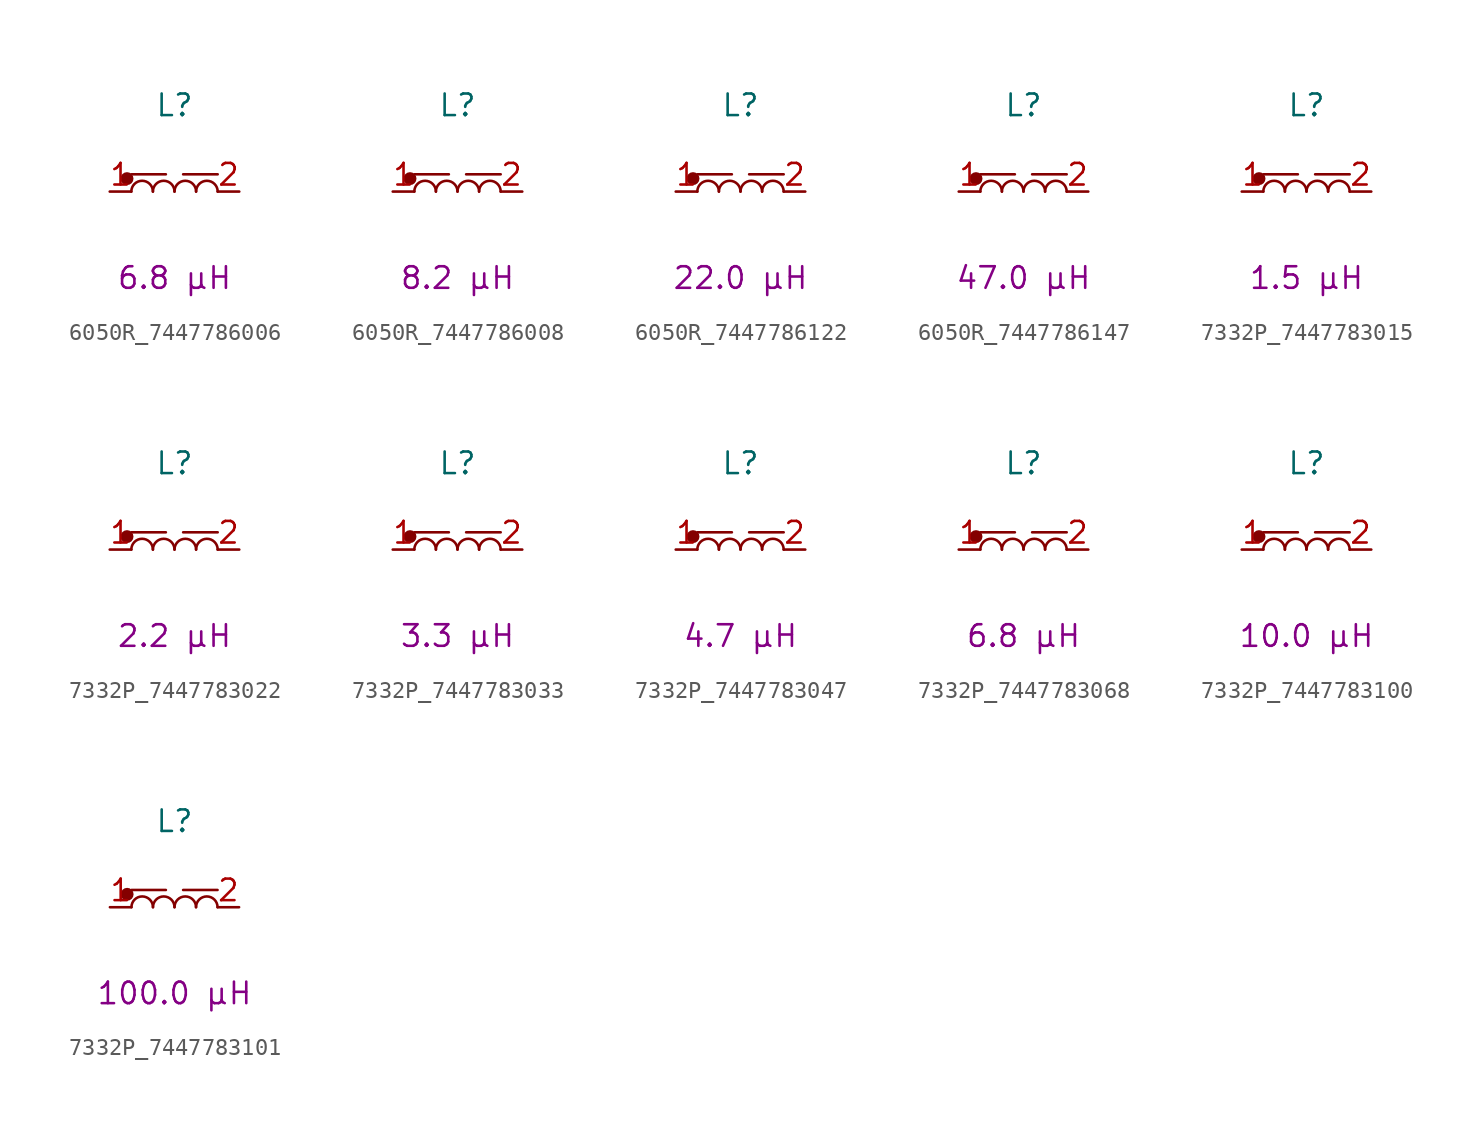
<source format=kicad_sym>
(kicad_symbol_lib
  (version 20220914)
  (generator kicad_symbol_editor)
  (symbol "6050R_7447786006"
    (pin_names hide)
    (property "Reference" "L"
      (at 0 5.08 0)
      (effects (font (size 1.27 1.27))))
    (property "Critical Parameter" "6.8 µH"
      (at 0 -5.08 0)
      (effects (font (size 1.27 1.27))))
    (symbol "6050R_7447786006_0_1"
      (arc (start -1.27 0) (mid -1.905 0.6323) (end -2.54 0) (stroke (width 0) (type default)) (fill (type none)))
      (arc (start 0 0) (mid -0.635 0.6323) (end -1.27 0) (stroke (width 0) (type default)) (fill (type none)))
      (polyline (pts (xy -2.54 1.016) (xy -0.508 1.016)) (stroke (width 0) (type default)) (fill (type none)))
      (arc (start 1.27 0) (mid 0.635 0.6323) (end 0 0) (stroke (width 0) (type default)) (fill (type none)))
      (arc (start 2.54 0) (mid 1.905 0.6323) (end 1.27 0) (stroke (width 0) (type default)) (fill (type none))))
    (symbol "6050R_7447786006_1_1"
      (circle (center -2.794 0.762) (radius 0.0001) (stroke (width 0.381) (type default)) (fill (type none)))
      (polyline (pts (xy 2.54 1.016) (xy 0.508 1.016)) (stroke (width 0) (type default)) (fill (type none)))
      (pin passive line (at -3.81 0 0) (length 1.27) (name "1" (effects (font (size 1.27 1.27)))) (number "1" (effects (font (size 1.27 1.27)))))
      (pin passive line (at 3.81 0 180) (length 1.27) (name "2" (effects (font (size 1.27 1.27)))) (number "2" (effects (font (size 1.27 1.27)))))))
  (symbol "6050R_7447786008"
    (pin_names hide)
    (property "Reference" "L"
      (at 0 5.08 0)
      (effects (font (size 1.27 1.27))))
    (property "Critical Parameter" "8.2 µH"
      (at 0 -5.08 0)
      (effects (font (size 1.27 1.27))))
    (symbol "6050R_7447786008_0_1"
      (arc (start -1.27 0) (mid -1.905 0.6323) (end -2.54 0) (stroke (width 0) (type default)) (fill (type none)))
      (arc (start 0 0) (mid -0.635 0.6323) (end -1.27 0) (stroke (width 0) (type default)) (fill (type none)))
      (polyline (pts (xy -2.54 1.016) (xy -0.508 1.016)) (stroke (width 0) (type default)) (fill (type none)))
      (arc (start 1.27 0) (mid 0.635 0.6323) (end 0 0) (stroke (width 0) (type default)) (fill (type none)))
      (arc (start 2.54 0) (mid 1.905 0.6323) (end 1.27 0) (stroke (width 0) (type default)) (fill (type none))))
    (symbol "6050R_7447786008_1_1"
      (circle (center -2.794 0.762) (radius 0.0001) (stroke (width 0.381) (type default)) (fill (type none)))
      (polyline (pts (xy 2.54 1.016) (xy 0.508 1.016)) (stroke (width 0) (type default)) (fill (type none)))
      (pin passive line (at -3.81 0 0) (length 1.27) (name "1" (effects (font (size 1.27 1.27)))) (number "1" (effects (font (size 1.27 1.27)))))
      (pin passive line (at 3.81 0 180) (length 1.27) (name "2" (effects (font (size 1.27 1.27)))) (number "2" (effects (font (size 1.27 1.27)))))))
  (symbol "6050R_7447786122"
    (pin_names hide)
    (property "Reference" "L"
      (at 0 5.08 0)
      (effects (font (size 1.27 1.27))))
    (property "Critical Parameter" "22.0 µH"
      (at 0 -5.08 0)
      (effects (font (size 1.27 1.27))))
    (symbol "6050R_7447786122_0_1"
      (arc (start -1.27 0) (mid -1.905 0.6323) (end -2.54 0) (stroke (width 0) (type default)) (fill (type none)))
      (arc (start 0 0) (mid -0.635 0.6323) (end -1.27 0) (stroke (width 0) (type default)) (fill (type none)))
      (polyline (pts (xy -2.54 1.016) (xy -0.508 1.016)) (stroke (width 0) (type default)) (fill (type none)))
      (arc (start 1.27 0) (mid 0.635 0.6323) (end 0 0) (stroke (width 0) (type default)) (fill (type none)))
      (arc (start 2.54 0) (mid 1.905 0.6323) (end 1.27 0) (stroke (width 0) (type default)) (fill (type none))))
    (symbol "6050R_7447786122_1_1"
      (circle (center -2.794 0.762) (radius 0.0001) (stroke (width 0.381) (type default)) (fill (type none)))
      (polyline (pts (xy 2.54 1.016) (xy 0.508 1.016)) (stroke (width 0) (type default)) (fill (type none)))
      (pin passive line (at -3.81 0 0) (length 1.27) (name "1" (effects (font (size 1.27 1.27)))) (number "1" (effects (font (size 1.27 1.27)))))
      (pin passive line (at 3.81 0 180) (length 1.27) (name "2" (effects (font (size 1.27 1.27)))) (number "2" (effects (font (size 1.27 1.27)))))))
  (symbol "6050R_7447786147"
    (pin_names hide)
    (property "Reference" "L"
      (at 0 5.08 0)
      (effects (font (size 1.27 1.27))))
    (property "Critical Parameter" "47.0 µH"
      (at 0 -5.08 0)
      (effects (font (size 1.27 1.27))))
    (symbol "6050R_7447786147_0_1"
      (arc (start -1.27 0) (mid -1.905 0.6323) (end -2.54 0) (stroke (width 0) (type default)) (fill (type none)))
      (arc (start 0 0) (mid -0.635 0.6323) (end -1.27 0) (stroke (width 0) (type default)) (fill (type none)))
      (polyline (pts (xy -2.54 1.016) (xy -0.508 1.016)) (stroke (width 0) (type default)) (fill (type none)))
      (arc (start 1.27 0) (mid 0.635 0.6323) (end 0 0) (stroke (width 0) (type default)) (fill (type none)))
      (arc (start 2.54 0) (mid 1.905 0.6323) (end 1.27 0) (stroke (width 0) (type default)) (fill (type none))))
    (symbol "6050R_7447786147_1_1"
      (circle (center -2.794 0.762) (radius 0.0001) (stroke (width 0.381) (type default)) (fill (type none)))
      (polyline (pts (xy 2.54 1.016) (xy 0.508 1.016)) (stroke (width 0) (type default)) (fill (type none)))
      (pin passive line (at -3.81 0 0) (length 1.27) (name "1" (effects (font (size 1.27 1.27)))) (number "1" (effects (font (size 1.27 1.27)))))
      (pin passive line (at 3.81 0 180) (length 1.27) (name "2" (effects (font (size 1.27 1.27)))) (number "2" (effects (font (size 1.27 1.27)))))))
  (symbol "7332P_7447783015"
    (pin_names hide)
    (property "Reference" "L"
      (at 0 5.08 0)
      (effects (font (size 1.27 1.27))))
    (property "Critical Parameter" "1.5 µH"
      (at 0 -5.08 0)
      (effects (font (size 1.27 1.27))))
    (symbol "7332P_7447783015_0_1"
      (arc (start -1.27 0) (mid -1.905 0.6323) (end -2.54 0) (stroke (width 0) (type default)) (fill (type none)))
      (arc (start 0 0) (mid -0.635 0.6323) (end -1.27 0) (stroke (width 0) (type default)) (fill (type none)))
      (polyline (pts (xy -2.54 1.016) (xy -0.508 1.016)) (stroke (width 0) (type default)) (fill (type none)))
      (arc (start 1.27 0) (mid 0.635 0.6323) (end 0 0) (stroke (width 0) (type default)) (fill (type none)))
      (arc (start 2.54 0) (mid 1.905 0.6323) (end 1.27 0) (stroke (width 0) (type default)) (fill (type none))))
    (symbol "7332P_7447783015_1_1"
      (circle (center -2.794 0.762) (radius 0.0001) (stroke (width 0.381) (type default)) (fill (type none)))
      (polyline (pts (xy 2.54 1.016) (xy 0.508 1.016)) (stroke (width 0) (type default)) (fill (type none)))
      (pin passive line (at -3.81 0 0) (length 1.27) (name "1" (effects (font (size 1.27 1.27)))) (number "1" (effects (font (size 1.27 1.27)))))
      (pin passive line (at 3.81 0 180) (length 1.27) (name "2" (effects (font (size 1.27 1.27)))) (number "2" (effects (font (size 1.27 1.27)))))))
  (symbol "7332P_7447783022"
    (pin_names hide)
    (property "Reference" "L"
      (at 0 5.08 0)
      (effects (font (size 1.27 1.27))))
    (property "Critical Parameter" "2.2 µH"
      (at 0 -5.08 0)
      (effects (font (size 1.27 1.27))))
    (symbol "7332P_7447783022_0_1"
      (arc (start -1.27 0) (mid -1.905 0.6323) (end -2.54 0) (stroke (width 0) (type default)) (fill (type none)))
      (arc (start 0 0) (mid -0.635 0.6323) (end -1.27 0) (stroke (width 0) (type default)) (fill (type none)))
      (polyline (pts (xy -2.54 1.016) (xy -0.508 1.016)) (stroke (width 0) (type default)) (fill (type none)))
      (arc (start 1.27 0) (mid 0.635 0.6323) (end 0 0) (stroke (width 0) (type default)) (fill (type none)))
      (arc (start 2.54 0) (mid 1.905 0.6323) (end 1.27 0) (stroke (width 0) (type default)) (fill (type none))))
    (symbol "7332P_7447783022_1_1"
      (circle (center -2.794 0.762) (radius 0.0001) (stroke (width 0.381) (type default)) (fill (type none)))
      (polyline (pts (xy 2.54 1.016) (xy 0.508 1.016)) (stroke (width 0) (type default)) (fill (type none)))
      (pin passive line (at -3.81 0 0) (length 1.27) (name "1" (effects (font (size 1.27 1.27)))) (number "1" (effects (font (size 1.27 1.27)))))
      (pin passive line (at 3.81 0 180) (length 1.27) (name "2" (effects (font (size 1.27 1.27)))) (number "2" (effects (font (size 1.27 1.27)))))))
  (symbol "7332P_7447783033"
    (pin_names hide)
    (property "Reference" "L"
      (at 0 5.08 0)
      (effects (font (size 1.27 1.27))))
    (property "Critical Parameter" "3.3 µH"
      (at 0 -5.08 0)
      (effects (font (size 1.27 1.27))))
    (symbol "7332P_7447783033_0_1"
      (arc (start -1.27 0) (mid -1.905 0.6323) (end -2.54 0) (stroke (width 0) (type default)) (fill (type none)))
      (arc (start 0 0) (mid -0.635 0.6323) (end -1.27 0) (stroke (width 0) (type default)) (fill (type none)))
      (polyline (pts (xy -2.54 1.016) (xy -0.508 1.016)) (stroke (width 0) (type default)) (fill (type none)))
      (arc (start 1.27 0) (mid 0.635 0.6323) (end 0 0) (stroke (width 0) (type default)) (fill (type none)))
      (arc (start 2.54 0) (mid 1.905 0.6323) (end 1.27 0) (stroke (width 0) (type default)) (fill (type none))))
    (symbol "7332P_7447783033_1_1"
      (circle (center -2.794 0.762) (radius 0.0001) (stroke (width 0.381) (type default)) (fill (type none)))
      (polyline (pts (xy 2.54 1.016) (xy 0.508 1.016)) (stroke (width 0) (type default)) (fill (type none)))
      (pin passive line (at -3.81 0 0) (length 1.27) (name "1" (effects (font (size 1.27 1.27)))) (number "1" (effects (font (size 1.27 1.27)))))
      (pin passive line (at 3.81 0 180) (length 1.27) (name "2" (effects (font (size 1.27 1.27)))) (number "2" (effects (font (size 1.27 1.27)))))))
  (symbol "7332P_7447783047"
    (pin_names hide)
    (property "Reference" "L"
      (at 0 5.08 0)
      (effects (font (size 1.27 1.27))))
    (property "Critical Parameter" "4.7 µH"
      (at 0 -5.08 0)
      (effects (font (size 1.27 1.27))))
    (symbol "7332P_7447783047_0_1"
      (arc (start -1.27 0) (mid -1.905 0.6323) (end -2.54 0) (stroke (width 0) (type default)) (fill (type none)))
      (arc (start 0 0) (mid -0.635 0.6323) (end -1.27 0) (stroke (width 0) (type default)) (fill (type none)))
      (polyline (pts (xy -2.54 1.016) (xy -0.508 1.016)) (stroke (width 0) (type default)) (fill (type none)))
      (arc (start 1.27 0) (mid 0.635 0.6323) (end 0 0) (stroke (width 0) (type default)) (fill (type none)))
      (arc (start 2.54 0) (mid 1.905 0.6323) (end 1.27 0) (stroke (width 0) (type default)) (fill (type none))))
    (symbol "7332P_7447783047_1_1"
      (circle (center -2.794 0.762) (radius 0.0001) (stroke (width 0.381) (type default)) (fill (type none)))
      (polyline (pts (xy 2.54 1.016) (xy 0.508 1.016)) (stroke (width 0) (type default)) (fill (type none)))
      (pin passive line (at -3.81 0 0) (length 1.27) (name "1" (effects (font (size 1.27 1.27)))) (number "1" (effects (font (size 1.27 1.27)))))
      (pin passive line (at 3.81 0 180) (length 1.27) (name "2" (effects (font (size 1.27 1.27)))) (number "2" (effects (font (size 1.27 1.27)))))))
  (symbol "7332P_7447783068"
    (pin_names hide)
    (property "Reference" "L"
      (at 0 5.08 0)
      (effects (font (size 1.27 1.27))))
    (property "Critical Parameter" "6.8 µH"
      (at 0 -5.08 0)
      (effects (font (size 1.27 1.27))))
    (symbol "7332P_7447783068_0_1"
      (arc (start -1.27 0) (mid -1.905 0.6323) (end -2.54 0) (stroke (width 0) (type default)) (fill (type none)))
      (arc (start 0 0) (mid -0.635 0.6323) (end -1.27 0) (stroke (width 0) (type default)) (fill (type none)))
      (polyline (pts (xy -2.54 1.016) (xy -0.508 1.016)) (stroke (width 0) (type default)) (fill (type none)))
      (arc (start 1.27 0) (mid 0.635 0.6323) (end 0 0) (stroke (width 0) (type default)) (fill (type none)))
      (arc (start 2.54 0) (mid 1.905 0.6323) (end 1.27 0) (stroke (width 0) (type default)) (fill (type none))))
    (symbol "7332P_7447783068_1_1"
      (circle (center -2.794 0.762) (radius 0.0001) (stroke (width 0.381) (type default)) (fill (type none)))
      (polyline (pts (xy 2.54 1.016) (xy 0.508 1.016)) (stroke (width 0) (type default)) (fill (type none)))
      (pin passive line (at -3.81 0 0) (length 1.27) (name "1" (effects (font (size 1.27 1.27)))) (number "1" (effects (font (size 1.27 1.27)))))
      (pin passive line (at 3.81 0 180) (length 1.27) (name "2" (effects (font (size 1.27 1.27)))) (number "2" (effects (font (size 1.27 1.27)))))))
  (symbol "7332P_7447783100"
    (pin_names hide)
    (property "Reference" "L"
      (at 0 5.08 0)
      (effects (font (size 1.27 1.27))))
    (property "Critical Parameter" "10.0 µH"
      (at 0 -5.08 0)
      (effects (font (size 1.27 1.27))))
    (symbol "7332P_7447783100_0_1"
      (arc (start -1.27 0) (mid -1.905 0.6323) (end -2.54 0) (stroke (width 0) (type default)) (fill (type none)))
      (arc (start 0 0) (mid -0.635 0.6323) (end -1.27 0) (stroke (width 0) (type default)) (fill (type none)))
      (polyline (pts (xy -2.54 1.016) (xy -0.508 1.016)) (stroke (width 0) (type default)) (fill (type none)))
      (arc (start 1.27 0) (mid 0.635 0.6323) (end 0 0) (stroke (width 0) (type default)) (fill (type none)))
      (arc (start 2.54 0) (mid 1.905 0.6323) (end 1.27 0) (stroke (width 0) (type default)) (fill (type none))))
    (symbol "7332P_7447783100_1_1"
      (circle (center -2.794 0.762) (radius 0.0001) (stroke (width 0.381) (type default)) (fill (type none)))
      (polyline (pts (xy 2.54 1.016) (xy 0.508 1.016)) (stroke (width 0) (type default)) (fill (type none)))
      (pin passive line (at -3.81 0 0) (length 1.27) (name "1" (effects (font (size 1.27 1.27)))) (number "1" (effects (font (size 1.27 1.27)))))
      (pin passive line (at 3.81 0 180) (length 1.27) (name "2" (effects (font (size 1.27 1.27)))) (number "2" (effects (font (size 1.27 1.27)))))))
  (symbol "7332P_7447783101"
    (pin_names hide)
    (property "Reference" "L"
      (at 0 5.08 0)
      (effects (font (size 1.27 1.27))))
    (property "Critical Parameter" "100.0 µH"
      (at 0 -5.08 0)
      (effects (font (size 1.27 1.27))))
    (symbol "7332P_7447783101_0_1"
      (arc (start -1.27 0) (mid -1.905 0.6323) (end -2.54 0) (stroke (width 0) (type default)) (fill (type none)))
      (arc (start 0 0) (mid -0.635 0.6323) (end -1.27 0) (stroke (width 0) (type default)) (fill (type none)))
      (polyline (pts (xy -2.54 1.016) (xy -0.508 1.016)) (stroke (width 0) (type default)) (fill (type none)))
      (arc (start 1.27 0) (mid 0.635 0.6323) (end 0 0) (stroke (width 0) (type default)) (fill (type none)))
      (arc (start 2.54 0) (mid 1.905 0.6323) (end 1.27 0) (stroke (width 0) (type default)) (fill (type none))))
    (symbol "7332P_7447783101_1_1"
      (circle (center -2.794 0.762) (radius 0.0001) (stroke (width 0.381) (type default)) (fill (type none)))
      (polyline (pts (xy 2.54 1.016) (xy 0.508 1.016)) (stroke (width 0) (type default)) (fill (type none)))
      (pin passive line (at -3.81 0 0) (length 1.27) (name "1" (effects (font (size 1.27 1.27)))) (number "1" (effects (font (size 1.27 1.27)))))
      (pin passive line (at 3.81 0 180) (length 1.27) (name "2" (effects (font (size 1.27 1.27)))) (number "2" (effects (font (size 1.27 1.27))))))))
</source>
